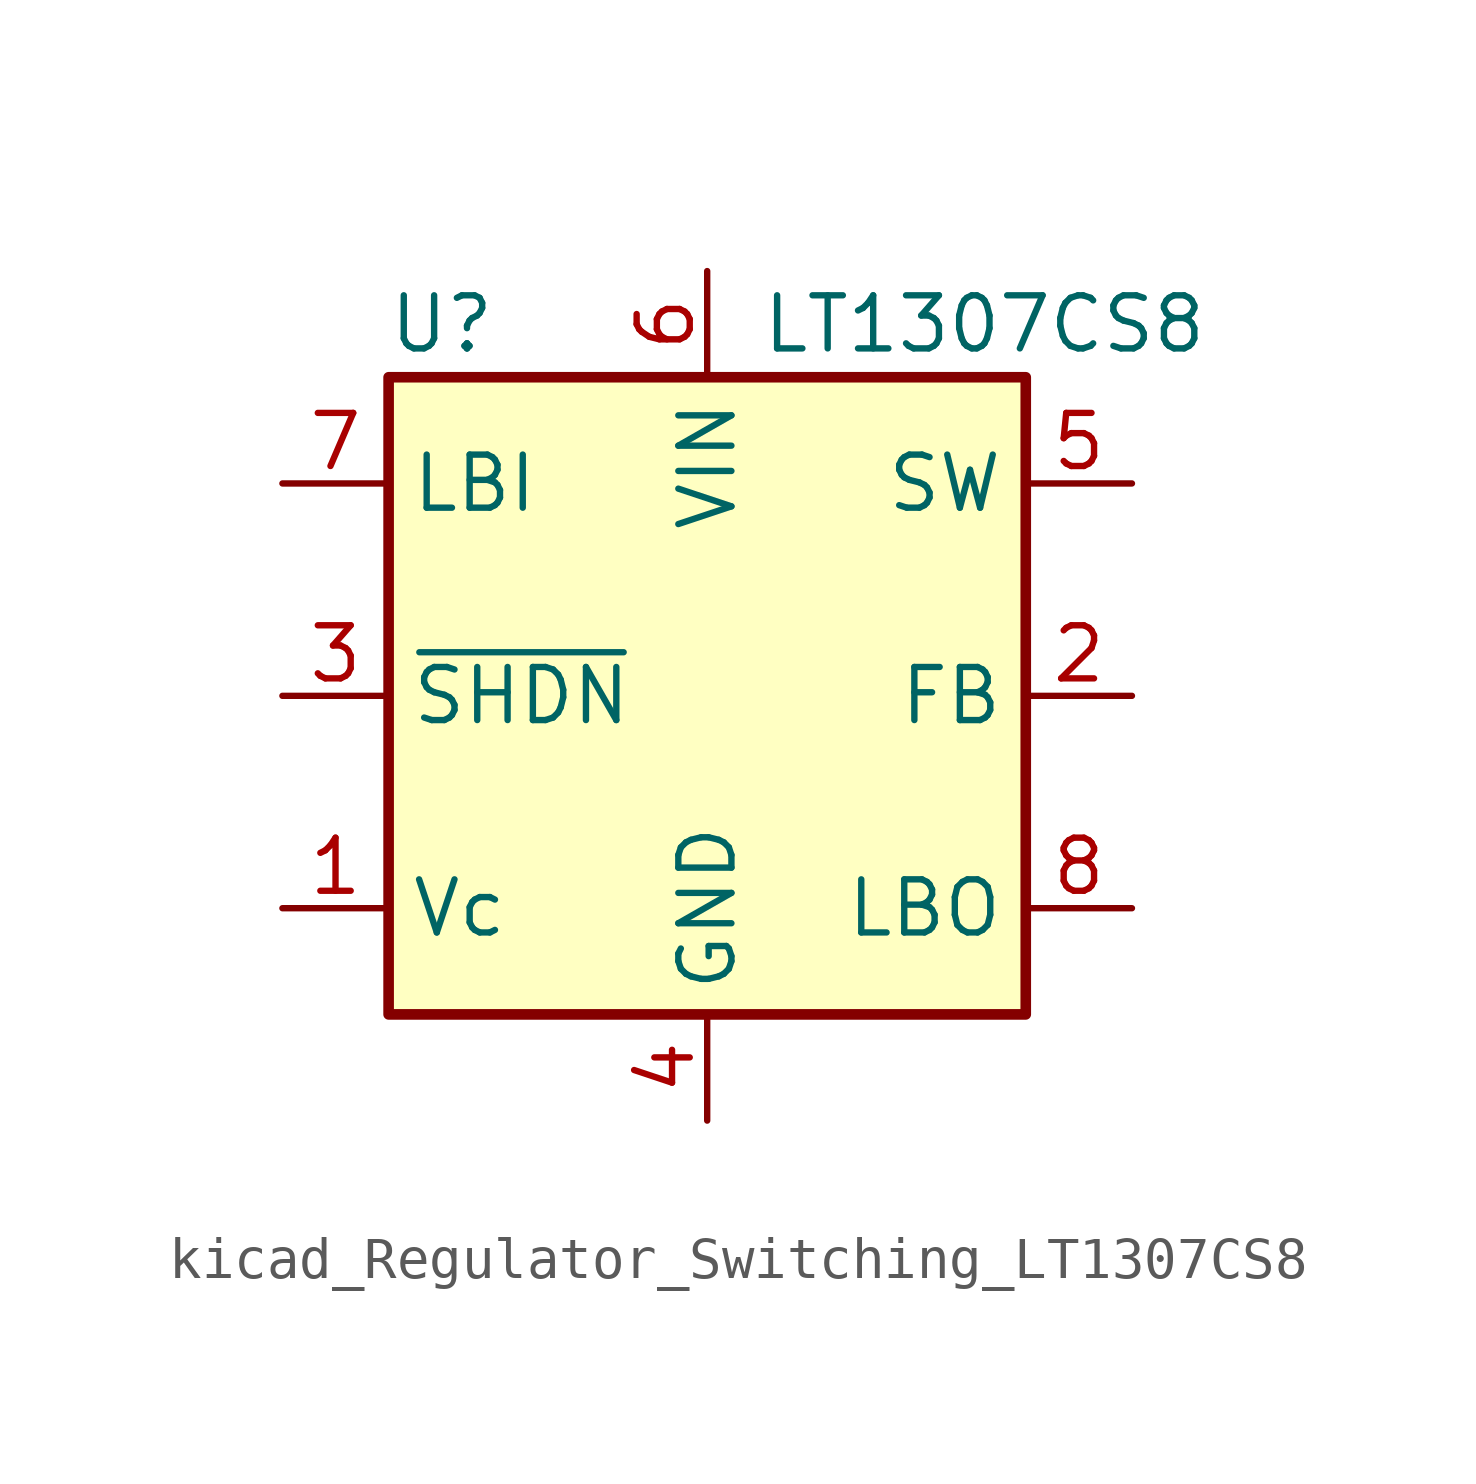
<source format=kicad_sym>
(kicad_symbol_lib
  (version 20220914)
  (generator kicad_symbol_editor)
  (symbol "kicad_Regulator_Switching_LT1307CS8"
    (property "Reference" "U"
      (at -6.35 8.89 0)
      (effects (font (size 1.27 1.27))))
    (property "Value" "LT1307CS8"
      (at 1.27 8.89 0)
      (effects (font (size 1.27 1.27)) (justify left)))
    (symbol "kicad_Regulator_Switching_LT1307CS8_0_1"
      (rectangle (start -7.62 -7.62) (end 7.62 7.62) (stroke (width 0.254) (type default)) (fill (type background))))
    (symbol "kicad_Regulator_Switching_LT1307CS8_1_1"
      (pin input line (at -10.16 -5.08 0) (length 2.54) (name "Vc" (effects (font (size 1.27 1.27)))) (number "1" (effects (font (size 1.27 1.27)))))
      (pin input line (at 10.16 0 180) (length 2.54) (name "FB" (effects (font (size 1.27 1.27)))) (number "2" (effects (font (size 1.27 1.27)))))
      (pin input line (at -10.16 0 0) (length 2.54) (name "~{SHDN}" (effects (font (size 1.27 1.27)))) (number "3" (effects (font (size 1.27 1.27)))))
      (pin power_in line (at 0 -10.16 90) (length 2.54) (name "GND" (effects (font (size 1.27 1.27)))) (number "4" (effects (font (size 1.27 1.27)))))
      (pin open_collector line (at 10.16 5.08 180) (length 2.54) (name "SW" (effects (font (size 1.27 1.27)))) (number "5" (effects (font (size 1.27 1.27)))))
      (pin power_in line (at 0 10.16 270) (length 2.54) (name "VIN" (effects (font (size 1.27 1.27)))) (number "6" (effects (font (size 1.27 1.27)))))
      (pin input line (at -10.16 5.08 0) (length 2.54) (name "LBI" (effects (font (size 1.27 1.27)))) (number "7" (effects (font (size 1.27 1.27)))))
      (pin output line (at 10.16 -5.08 180) (length 2.54) (name "LBO" (effects (font (size 1.27 1.27)))) (number "8" (effects (font (size 1.27 1.27))))))))
</source>
